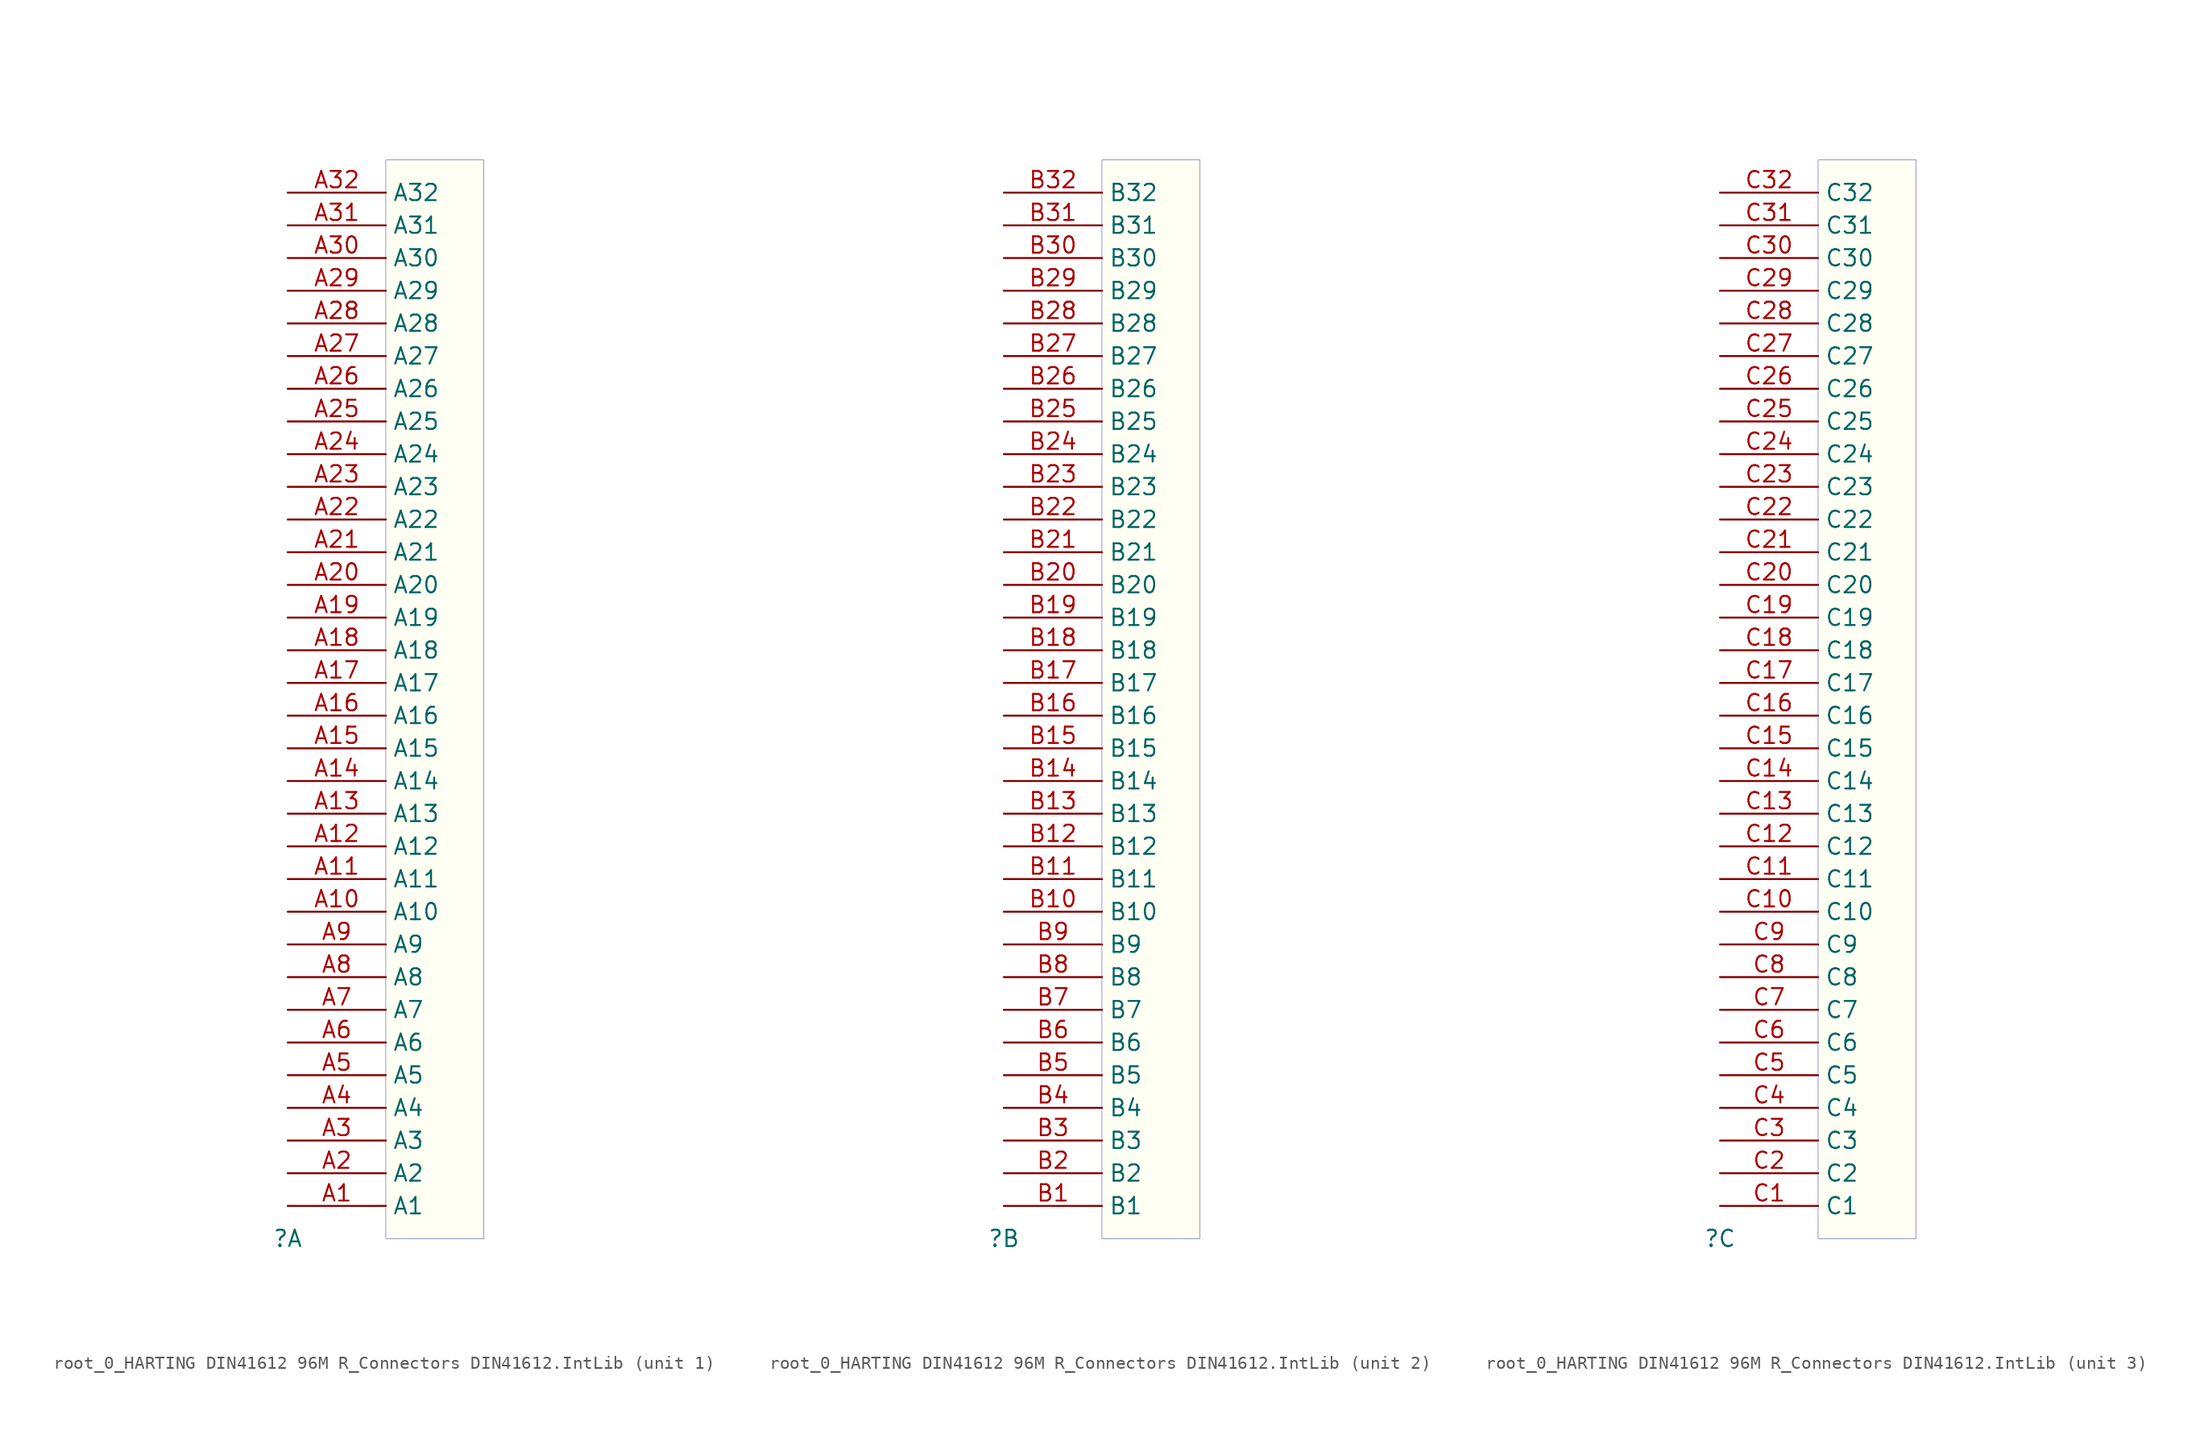
<source format=kicad_sym>
(kicad_symbol_lib
  (version 20241209)
  (generator "kicad_symbol_editor")
  (generator_version "9.0")
  (symbol "root_0_HARTING DIN41612 96M R_Connectors DIN41612.IntLib"
    (property "Reference" ""
      (at 0 0 0)
      (effects (font (size 1.27 1.27))))
    (property "Value" ""
      (at 0 0 0)
      (effects (font (size 1.27 1.27))))
    (symbol "root_0_HARTING DIN41612 96M R_Connectors DIN41612.IntLib_1_0"
      (rectangle (start 15.24 83.82) (end 7.62 0) (stroke (width 0.025) (type solid) (color 0 0 128 1)) (fill (type color) (color 255 255 232 0.5)))
      (pin passive line (at 0 81.28 0) (length 7.62) (name "A32" (effects (font (size 1.27 1.27)))) (number "A32" (effects (font (size 1.27 1.27)))))
      (pin passive line (at 0 78.74 0) (length 7.62) (name "A31" (effects (font (size 1.27 1.27)))) (number "A31" (effects (font (size 1.27 1.27)))))
      (pin passive line (at 0 76.2 0) (length 7.62) (name "A30" (effects (font (size 1.27 1.27)))) (number "A30" (effects (font (size 1.27 1.27)))))
      (pin passive line (at 0 73.66 0) (length 7.62) (name "A29" (effects (font (size 1.27 1.27)))) (number "A29" (effects (font (size 1.27 1.27)))))
      (pin passive line (at 0 71.12 0) (length 7.62) (name "A28" (effects (font (size 1.27 1.27)))) (number "A28" (effects (font (size 1.27 1.27)))))
      (pin passive line (at 0 68.58 0) (length 7.62) (name "A27" (effects (font (size 1.27 1.27)))) (number "A27" (effects (font (size 1.27 1.27)))))
      (pin passive line (at 0 66.04 0) (length 7.62) (name "A26" (effects (font (size 1.27 1.27)))) (number "A26" (effects (font (size 1.27 1.27)))))
      (pin passive line (at 0 63.5 0) (length 7.62) (name "A25" (effects (font (size 1.27 1.27)))) (number "A25" (effects (font (size 1.27 1.27)))))
      (pin passive line (at 0 60.96 0) (length 7.62) (name "A24" (effects (font (size 1.27 1.27)))) (number "A24" (effects (font (size 1.27 1.27)))))
      (pin passive line (at 0 58.42 0) (length 7.62) (name "A23" (effects (font (size 1.27 1.27)))) (number "A23" (effects (font (size 1.27 1.27)))))
      (pin passive line (at 0 55.88 0) (length 7.62) (name "A22" (effects (font (size 1.27 1.27)))) (number "A22" (effects (font (size 1.27 1.27)))))
      (pin passive line (at 0 53.34 0) (length 7.62) (name "A21" (effects (font (size 1.27 1.27)))) (number "A21" (effects (font (size 1.27 1.27)))))
      (pin passive line (at 0 50.8 0) (length 7.62) (name "A20" (effects (font (size 1.27 1.27)))) (number "A20" (effects (font (size 1.27 1.27)))))
      (pin passive line (at 0 48.26 0) (length 7.62) (name "A19" (effects (font (size 1.27 1.27)))) (number "A19" (effects (font (size 1.27 1.27)))))
      (pin passive line (at 0 45.72 0) (length 7.62) (name "A18" (effects (font (size 1.27 1.27)))) (number "A18" (effects (font (size 1.27 1.27)))))
      (pin passive line (at 0 43.18 0) (length 7.62) (name "A17" (effects (font (size 1.27 1.27)))) (number "A17" (effects (font (size 1.27 1.27)))))
      (pin passive line (at 0 40.64 0) (length 7.62) (name "A16" (effects (font (size 1.27 1.27)))) (number "A16" (effects (font (size 1.27 1.27)))))
      (pin passive line (at 0 38.1 0) (length 7.62) (name "A15" (effects (font (size 1.27 1.27)))) (number "A15" (effects (font (size 1.27 1.27)))))
      (pin passive line (at 0 35.56 0) (length 7.62) (name "A14" (effects (font (size 1.27 1.27)))) (number "A14" (effects (font (size 1.27 1.27)))))
      (pin passive line (at 0 33.02 0) (length 7.62) (name "A13" (effects (font (size 1.27 1.27)))) (number "A13" (effects (font (size 1.27 1.27)))))
      (pin passive line (at 0 30.48 0) (length 7.62) (name "A12" (effects (font (size 1.27 1.27)))) (number "A12" (effects (font (size 1.27 1.27)))))
      (pin passive line (at 0 27.94 0) (length 7.62) (name "A11" (effects (font (size 1.27 1.27)))) (number "A11" (effects (font (size 1.27 1.27)))))
      (pin passive line (at 0 25.4 0) (length 7.62) (name "A10" (effects (font (size 1.27 1.27)))) (number "A10" (effects (font (size 1.27 1.27)))))
      (pin passive line (at 0 22.86 0) (length 7.62) (name "A9" (effects (font (size 1.27 1.27)))) (number "A9" (effects (font (size 1.27 1.27)))))
      (pin passive line (at 0 20.32 0) (length 7.62) (name "A8" (effects (font (size 1.27 1.27)))) (number "A8" (effects (font (size 1.27 1.27)))))
      (pin passive line (at 0 17.78 0) (length 7.62) (name "A7" (effects (font (size 1.27 1.27)))) (number "A7" (effects (font (size 1.27 1.27)))))
      (pin passive line (at 0 15.24 0) (length 7.62) (name "A6" (effects (font (size 1.27 1.27)))) (number "A6" (effects (font (size 1.27 1.27)))))
      (pin passive line (at 0 12.7 0) (length 7.62) (name "A5" (effects (font (size 1.27 1.27)))) (number "A5" (effects (font (size 1.27 1.27)))))
      (pin passive line (at 0 10.16 0) (length 7.62) (name "A4" (effects (font (size 1.27 1.27)))) (number "A4" (effects (font (size 1.27 1.27)))))
      (pin passive line (at 0 7.62 0) (length 7.62) (name "A3" (effects (font (size 1.27 1.27)))) (number "A3" (effects (font (size 1.27 1.27)))))
      (pin passive line (at 0 5.08 0) (length 7.62) (name "A2" (effects (font (size 1.27 1.27)))) (number "A2" (effects (font (size 1.27 1.27)))))
      (pin passive line (at 0 2.54 0) (length 7.62) (name "A1" (effects (font (size 1.27 1.27)))) (number "A1" (effects (font (size 1.27 1.27))))))
    (symbol "root_0_HARTING DIN41612 96M R_Connectors DIN41612.IntLib_2_0"
      (rectangle (start 15.24 83.82) (end 7.62 0) (stroke (width 0.025) (type solid) (color 0 0 128 1)) (fill (type color) (color 255 255 232 0.5)))
      (pin passive line (at 0 81.28 0) (length 7.62) (name "B32" (effects (font (size 1.27 1.27)))) (number "B32" (effects (font (size 1.27 1.27)))))
      (pin passive line (at 0 78.74 0) (length 7.62) (name "B31" (effects (font (size 1.27 1.27)))) (number "B31" (effects (font (size 1.27 1.27)))))
      (pin passive line (at 0 76.2 0) (length 7.62) (name "B30" (effects (font (size 1.27 1.27)))) (number "B30" (effects (font (size 1.27 1.27)))))
      (pin passive line (at 0 73.66 0) (length 7.62) (name "B29" (effects (font (size 1.27 1.27)))) (number "B29" (effects (font (size 1.27 1.27)))))
      (pin passive line (at 0 71.12 0) (length 7.62) (name "B28" (effects (font (size 1.27 1.27)))) (number "B28" (effects (font (size 1.27 1.27)))))
      (pin passive line (at 0 68.58 0) (length 7.62) (name "B27" (effects (font (size 1.27 1.27)))) (number "B27" (effects (font (size 1.27 1.27)))))
      (pin passive line (at 0 66.04 0) (length 7.62) (name "B26" (effects (font (size 1.27 1.27)))) (number "B26" (effects (font (size 1.27 1.27)))))
      (pin passive line (at 0 63.5 0) (length 7.62) (name "B25" (effects (font (size 1.27 1.27)))) (number "B25" (effects (font (size 1.27 1.27)))))
      (pin passive line (at 0 60.96 0) (length 7.62) (name "B24" (effects (font (size 1.27 1.27)))) (number "B24" (effects (font (size 1.27 1.27)))))
      (pin passive line (at 0 58.42 0) (length 7.62) (name "B23" (effects (font (size 1.27 1.27)))) (number "B23" (effects (font (size 1.27 1.27)))))
      (pin passive line (at 0 55.88 0) (length 7.62) (name "B22" (effects (font (size 1.27 1.27)))) (number "B22" (effects (font (size 1.27 1.27)))))
      (pin passive line (at 0 53.34 0) (length 7.62) (name "B21" (effects (font (size 1.27 1.27)))) (number "B21" (effects (font (size 1.27 1.27)))))
      (pin passive line (at 0 50.8 0) (length 7.62) (name "B20" (effects (font (size 1.27 1.27)))) (number "B20" (effects (font (size 1.27 1.27)))))
      (pin passive line (at 0 48.26 0) (length 7.62) (name "B19" (effects (font (size 1.27 1.27)))) (number "B19" (effects (font (size 1.27 1.27)))))
      (pin passive line (at 0 45.72 0) (length 7.62) (name "B18" (effects (font (size 1.27 1.27)))) (number "B18" (effects (font (size 1.27 1.27)))))
      (pin passive line (at 0 43.18 0) (length 7.62) (name "B17" (effects (font (size 1.27 1.27)))) (number "B17" (effects (font (size 1.27 1.27)))))
      (pin passive line (at 0 40.64 0) (length 7.62) (name "B16" (effects (font (size 1.27 1.27)))) (number "B16" (effects (font (size 1.27 1.27)))))
      (pin passive line (at 0 38.1 0) (length 7.62) (name "B15" (effects (font (size 1.27 1.27)))) (number "B15" (effects (font (size 1.27 1.27)))))
      (pin passive line (at 0 35.56 0) (length 7.62) (name "B14" (effects (font (size 1.27 1.27)))) (number "B14" (effects (font (size 1.27 1.27)))))
      (pin passive line (at 0 33.02 0) (length 7.62) (name "B13" (effects (font (size 1.27 1.27)))) (number "B13" (effects (font (size 1.27 1.27)))))
      (pin passive line (at 0 30.48 0) (length 7.62) (name "B12" (effects (font (size 1.27 1.27)))) (number "B12" (effects (font (size 1.27 1.27)))))
      (pin passive line (at 0 27.94 0) (length 7.62) (name "B11" (effects (font (size 1.27 1.27)))) (number "B11" (effects (font (size 1.27 1.27)))))
      (pin passive line (at 0 25.4 0) (length 7.62) (name "B10" (effects (font (size 1.27 1.27)))) (number "B10" (effects (font (size 1.27 1.27)))))
      (pin passive line (at 0 22.86 0) (length 7.62) (name "B9" (effects (font (size 1.27 1.27)))) (number "B9" (effects (font (size 1.27 1.27)))))
      (pin passive line (at 0 20.32 0) (length 7.62) (name "B8" (effects (font (size 1.27 1.27)))) (number "B8" (effects (font (size 1.27 1.27)))))
      (pin passive line (at 0 17.78 0) (length 7.62) (name "B7" (effects (font (size 1.27 1.27)))) (number "B7" (effects (font (size 1.27 1.27)))))
      (pin passive line (at 0 15.24 0) (length 7.62) (name "B6" (effects (font (size 1.27 1.27)))) (number "B6" (effects (font (size 1.27 1.27)))))
      (pin passive line (at 0 12.7 0) (length 7.62) (name "B5" (effects (font (size 1.27 1.27)))) (number "B5" (effects (font (size 1.27 1.27)))))
      (pin passive line (at 0 10.16 0) (length 7.62) (name "B4" (effects (font (size 1.27 1.27)))) (number "B4" (effects (font (size 1.27 1.27)))))
      (pin passive line (at 0 7.62 0) (length 7.62) (name "B3" (effects (font (size 1.27 1.27)))) (number "B3" (effects (font (size 1.27 1.27)))))
      (pin passive line (at 0 5.08 0) (length 7.62) (name "B2" (effects (font (size 1.27 1.27)))) (number "B2" (effects (font (size 1.27 1.27)))))
      (pin passive line (at 0 2.54 0) (length 7.62) (name "B1" (effects (font (size 1.27 1.27)))) (number "B1" (effects (font (size 1.27 1.27))))))
    (symbol "root_0_HARTING DIN41612 96M R_Connectors DIN41612.IntLib_3_0"
      (rectangle (start 15.24 83.82) (end 7.62 0) (stroke (width 0.025) (type solid) (color 0 0 128 1)) (fill (type color) (color 255 255 232 0.5)))
      (pin passive line (at 0 81.28 0) (length 7.62) (name "C32" (effects (font (size 1.27 1.27)))) (number "C32" (effects (font (size 1.27 1.27)))))
      (pin passive line (at 0 78.74 0) (length 7.62) (name "C31" (effects (font (size 1.27 1.27)))) (number "C31" (effects (font (size 1.27 1.27)))))
      (pin passive line (at 0 76.2 0) (length 7.62) (name "C30" (effects (font (size 1.27 1.27)))) (number "C30" (effects (font (size 1.27 1.27)))))
      (pin passive line (at 0 73.66 0) (length 7.62) (name "C29" (effects (font (size 1.27 1.27)))) (number "C29" (effects (font (size 1.27 1.27)))))
      (pin passive line (at 0 71.12 0) (length 7.62) (name "C28" (effects (font (size 1.27 1.27)))) (number "C28" (effects (font (size 1.27 1.27)))))
      (pin passive line (at 0 68.58 0) (length 7.62) (name "C27" (effects (font (size 1.27 1.27)))) (number "C27" (effects (font (size 1.27 1.27)))))
      (pin passive line (at 0 66.04 0) (length 7.62) (name "C26" (effects (font (size 1.27 1.27)))) (number "C26" (effects (font (size 1.27 1.27)))))
      (pin passive line (at 0 63.5 0) (length 7.62) (name "C25" (effects (font (size 1.27 1.27)))) (number "C25" (effects (font (size 1.27 1.27)))))
      (pin passive line (at 0 60.96 0) (length 7.62) (name "C24" (effects (font (size 1.27 1.27)))) (number "C24" (effects (font (size 1.27 1.27)))))
      (pin passive line (at 0 58.42 0) (length 7.62) (name "C23" (effects (font (size 1.27 1.27)))) (number "C23" (effects (font (size 1.27 1.27)))))
      (pin passive line (at 0 55.88 0) (length 7.62) (name "C22" (effects (font (size 1.27 1.27)))) (number "C22" (effects (font (size 1.27 1.27)))))
      (pin passive line (at 0 53.34 0) (length 7.62) (name "C21" (effects (font (size 1.27 1.27)))) (number "C21" (effects (font (size 1.27 1.27)))))
      (pin passive line (at 0 50.8 0) (length 7.62) (name "C20" (effects (font (size 1.27 1.27)))) (number "C20" (effects (font (size 1.27 1.27)))))
      (pin passive line (at 0 48.26 0) (length 7.62) (name "C19" (effects (font (size 1.27 1.27)))) (number "C19" (effects (font (size 1.27 1.27)))))
      (pin passive line (at 0 45.72 0) (length 7.62) (name "C18" (effects (font (size 1.27 1.27)))) (number "C18" (effects (font (size 1.27 1.27)))))
      (pin passive line (at 0 43.18 0) (length 7.62) (name "C17" (effects (font (size 1.27 1.27)))) (number "C17" (effects (font (size 1.27 1.27)))))
      (pin passive line (at 0 40.64 0) (length 7.62) (name "C16" (effects (font (size 1.27 1.27)))) (number "C16" (effects (font (size 1.27 1.27)))))
      (pin passive line (at 0 38.1 0) (length 7.62) (name "C15" (effects (font (size 1.27 1.27)))) (number "C15" (effects (font (size 1.27 1.27)))))
      (pin passive line (at 0 35.56 0) (length 7.62) (name "C14" (effects (font (size 1.27 1.27)))) (number "C14" (effects (font (size 1.27 1.27)))))
      (pin passive line (at 0 33.02 0) (length 7.62) (name "C13" (effects (font (size 1.27 1.27)))) (number "C13" (effects (font (size 1.27 1.27)))))
      (pin passive line (at 0 30.48 0) (length 7.62) (name "C12" (effects (font (size 1.27 1.27)))) (number "C12" (effects (font (size 1.27 1.27)))))
      (pin passive line (at 0 27.94 0) (length 7.62) (name "C11" (effects (font (size 1.27 1.27)))) (number "C11" (effects (font (size 1.27 1.27)))))
      (pin passive line (at 0 25.4 0) (length 7.62) (name "C10" (effects (font (size 1.27 1.27)))) (number "C10" (effects (font (size 1.27 1.27)))))
      (pin passive line (at 0 22.86 0) (length 7.62) (name "C9" (effects (font (size 1.27 1.27)))) (number "C9" (effects (font (size 1.27 1.27)))))
      (pin passive line (at 0 20.32 0) (length 7.62) (name "C8" (effects (font (size 1.27 1.27)))) (number "C8" (effects (font (size 1.27 1.27)))))
      (pin passive line (at 0 17.78 0) (length 7.62) (name "C7" (effects (font (size 1.27 1.27)))) (number "C7" (effects (font (size 1.27 1.27)))))
      (pin passive line (at 0 15.24 0) (length 7.62) (name "C6" (effects (font (size 1.27 1.27)))) (number "C6" (effects (font (size 1.27 1.27)))))
      (pin passive line (at 0 12.7 0) (length 7.62) (name "C5" (effects (font (size 1.27 1.27)))) (number "C5" (effects (font (size 1.27 1.27)))))
      (pin passive line (at 0 10.16 0) (length 7.62) (name "C4" (effects (font (size 1.27 1.27)))) (number "C4" (effects (font (size 1.27 1.27)))))
      (pin passive line (at 0 7.62 0) (length 7.62) (name "C3" (effects (font (size 1.27 1.27)))) (number "C3" (effects (font (size 1.27 1.27)))))
      (pin passive line (at 0 5.08 0) (length 7.62) (name "C2" (effects (font (size 1.27 1.27)))) (number "C2" (effects (font (size 1.27 1.27)))))
      (pin passive line (at 0 2.54 0) (length 7.62) (name "C1" (effects (font (size 1.27 1.27)))) (number "C1" (effects (font (size 1.27 1.27))))))))
</source>
